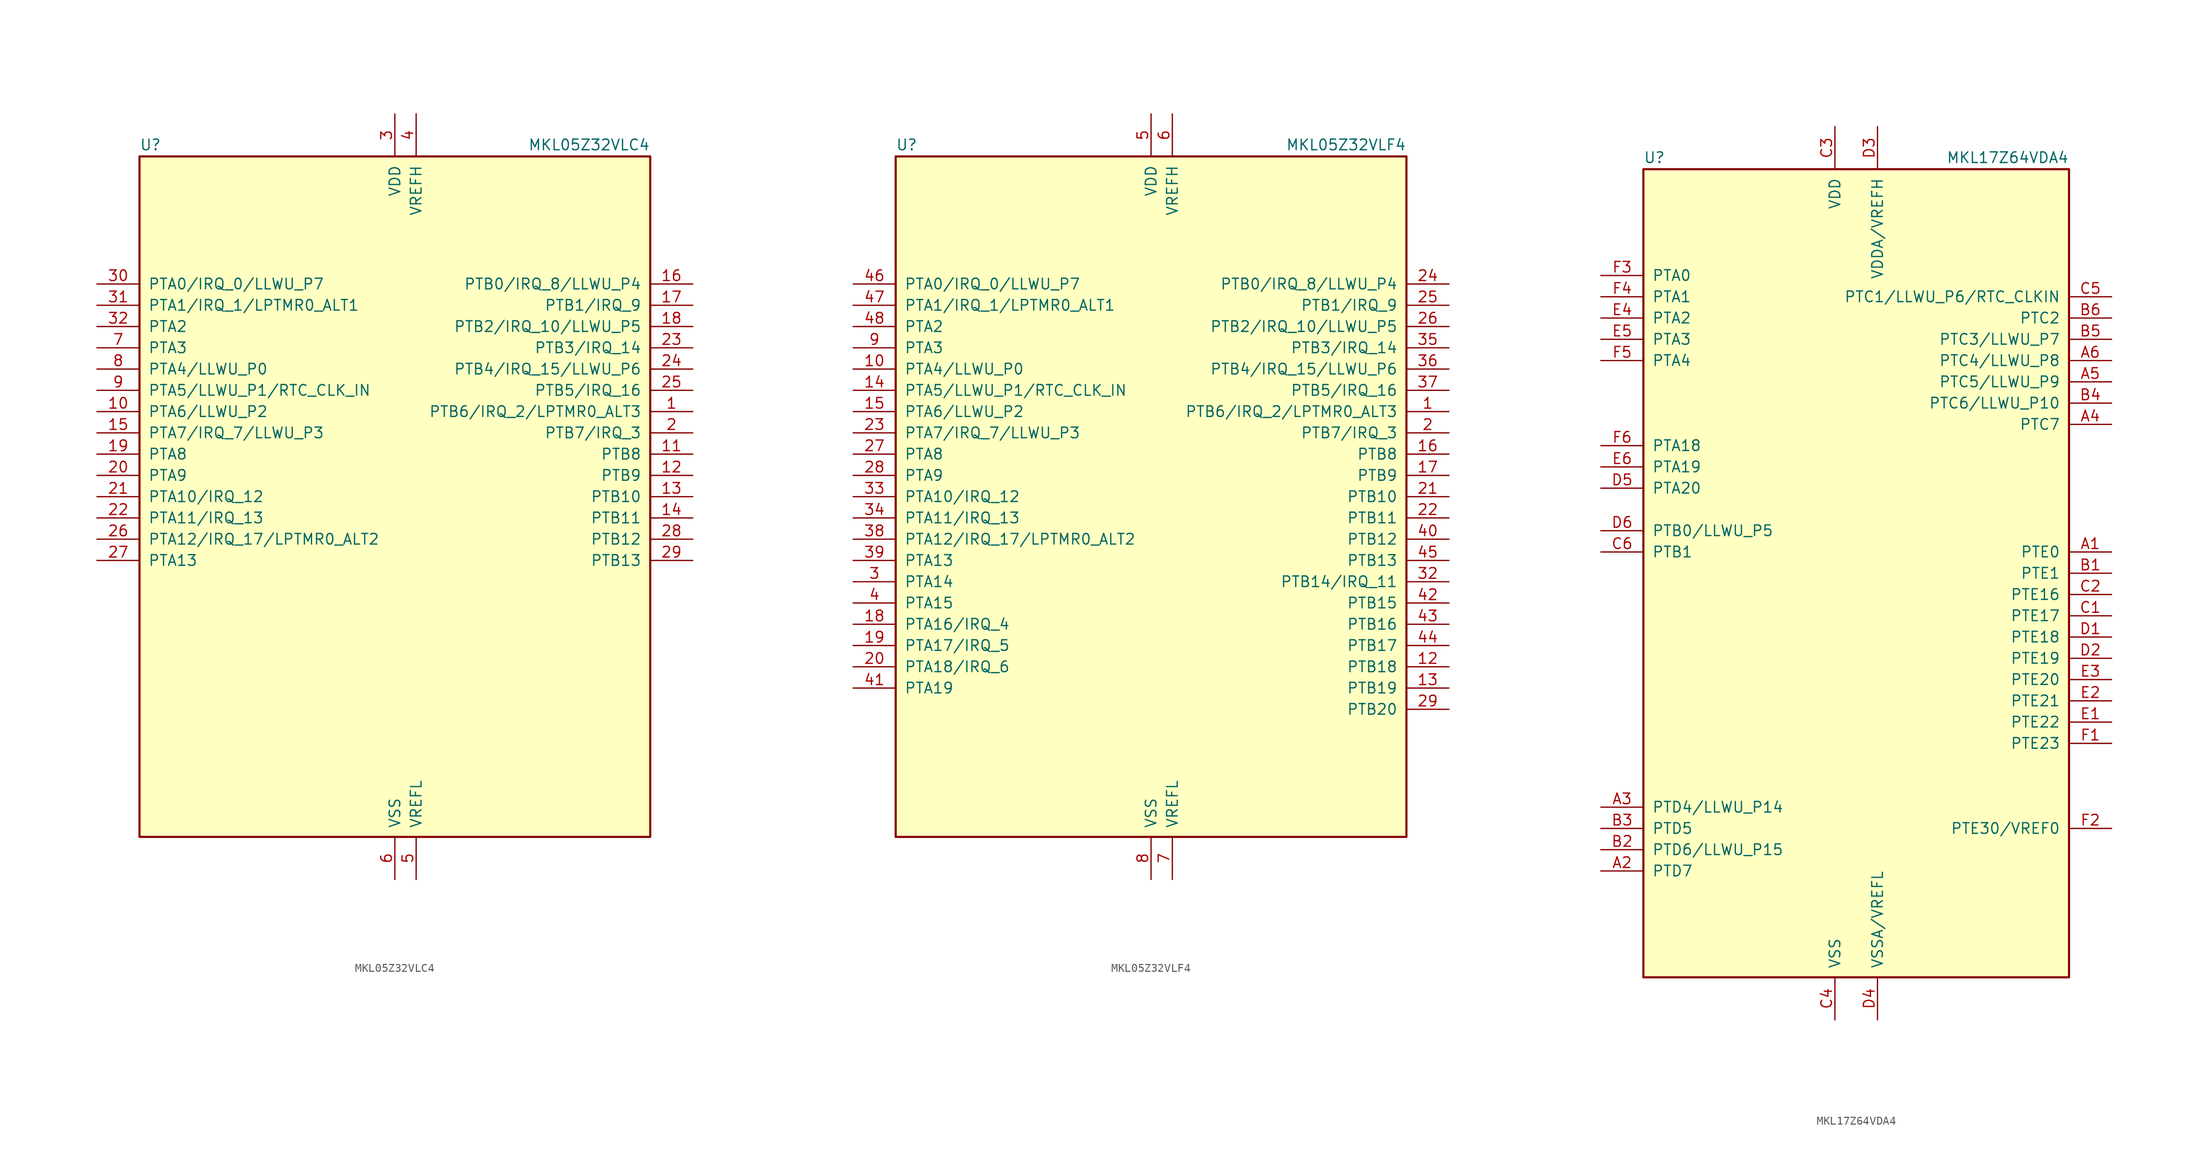
<source format=kicad_sym>
(kicad_symbol_lib
  (version 20241209)
  (generator "kicad_symbol_editor")
  (generator_version "9.0")
  (symbol "MKL05Z32VLC4"
    (pin_names
      (offset 1.016))
    (property "Reference" "U"
      (at -30.48 41.275 0)
      (effects (font (size 1.27 1.27)) (justify left bottom)))
    (property "Value" "MKL05Z32VLC4"
      (at 30.48 41.275 0)
      (effects (font (size 1.27 1.27)) (justify right bottom)))
    (symbol "MKL05Z32VLC4_0_1"
      (rectangle (start -30.48 40.64) (end 30.48 -40.64) (stroke (width 0.254) (type default)) (fill (type background))))
    (symbol "MKL05Z32VLC4_1_1"
      (pin bidirectional line (at -35.56 25.4 0) (length 5.08) (name "PTA0/IRQ_0/LLWU_P7" (effects (font (size 1.27 1.27)))) (number "30" (effects (font (size 1.27 1.27)))))
      (pin bidirectional line (at -35.56 22.86 0) (length 5.08) (name "PTA1/IRQ_1/LPTMR0_ALT1" (effects (font (size 1.27 1.27)))) (number "31" (effects (font (size 1.27 1.27)))))
      (pin bidirectional line (at -35.56 20.32 0) (length 5.08) (name "PTA2" (effects (font (size 1.27 1.27)))) (number "32" (effects (font (size 1.27 1.27)))))
      (pin bidirectional line (at -35.56 17.78 0) (length 5.08) (name "PTA3" (effects (font (size 1.27 1.27)))) (number "7" (effects (font (size 1.27 1.27)))))
      (pin bidirectional line (at -35.56 15.24 0) (length 5.08) (name "PTA4/LLWU_P0" (effects (font (size 1.27 1.27)))) (number "8" (effects (font (size 1.27 1.27)))))
      (pin bidirectional line (at -35.56 12.7 0) (length 5.08) (name "PTA5/LLWU_P1/RTC_CLK_IN" (effects (font (size 1.27 1.27)))) (number "9" (effects (font (size 1.27 1.27)))))
      (pin bidirectional line (at -35.56 10.16 0) (length 5.08) (name "PTA6/LLWU_P2" (effects (font (size 1.27 1.27)))) (number "10" (effects (font (size 1.27 1.27)))))
      (pin bidirectional line (at -35.56 7.62 0) (length 5.08) (name "PTA7/IRQ_7/LLWU_P3" (effects (font (size 1.27 1.27)))) (number "15" (effects (font (size 1.27 1.27)))))
      (pin bidirectional line (at -35.56 5.08 0) (length 5.08) (name "PTA8" (effects (font (size 1.27 1.27)))) (number "19" (effects (font (size 1.27 1.27)))))
      (pin bidirectional line (at -35.56 2.54 0) (length 5.08) (name "PTA9" (effects (font (size 1.27 1.27)))) (number "20" (effects (font (size 1.27 1.27)))))
      (pin bidirectional line (at -35.56 0 0) (length 5.08) (name "PTA10/IRQ_12" (effects (font (size 1.27 1.27)))) (number "21" (effects (font (size 1.27 1.27)))))
      (pin bidirectional line (at -35.56 -2.54 0) (length 5.08) (name "PTA11/IRQ_13" (effects (font (size 1.27 1.27)))) (number "22" (effects (font (size 1.27 1.27)))))
      (pin bidirectional line (at -35.56 -5.08 0) (length 5.08) (name "PTA12/IRQ_17/LPTMR0_ALT2" (effects (font (size 1.27 1.27)))) (number "26" (effects (font (size 1.27 1.27)))))
      (pin bidirectional line (at -35.56 -7.62 0) (length 5.08) (name "PTA13" (effects (font (size 1.27 1.27)))) (number "27" (effects (font (size 1.27 1.27)))))
      (pin power_in line (at 0 45.72 270) (length 5.08) (name "VDD" (effects (font (size 1.27 1.27)))) (number "3" (effects (font (size 1.27 1.27)))))
      (pin power_in line (at 0 -45.72 90) (length 5.08) (name "VSS" (effects (font (size 1.27 1.27)))) (number "6" (effects (font (size 1.27 1.27)))))
      (pin power_in line (at 2.54 45.72 270) (length 5.08) (name "VREFH" (effects (font (size 1.27 1.27)))) (number "4" (effects (font (size 1.27 1.27)))))
      (pin power_in line (at 2.54 -45.72 90) (length 5.08) (name "VREFL" (effects (font (size 1.27 1.27)))) (number "5" (effects (font (size 1.27 1.27)))))
      (pin bidirectional line (at 35.56 25.4 180) (length 5.08) (name "PTB0/IRQ_8/LLWU_P4" (effects (font (size 1.27 1.27)))) (number "16" (effects (font (size 1.27 1.27)))))
      (pin bidirectional line (at 35.56 22.86 180) (length 5.08) (name "PTB1/IRQ_9" (effects (font (size 1.27 1.27)))) (number "17" (effects (font (size 1.27 1.27)))))
      (pin bidirectional line (at 35.56 20.32 180) (length 5.08) (name "PTB2/IRQ_10/LLWU_P5" (effects (font (size 1.27 1.27)))) (number "18" (effects (font (size 1.27 1.27)))))
      (pin bidirectional line (at 35.56 17.78 180) (length 5.08) (name "PTB3/IRQ_14" (effects (font (size 1.27 1.27)))) (number "23" (effects (font (size 1.27 1.27)))))
      (pin bidirectional line (at 35.56 15.24 180) (length 5.08) (name "PTB4/IRQ_15/LLWU_P6" (effects (font (size 1.27 1.27)))) (number "24" (effects (font (size 1.27 1.27)))))
      (pin bidirectional line (at 35.56 12.7 180) (length 5.08) (name "PTB5/IRQ_16" (effects (font (size 1.27 1.27)))) (number "25" (effects (font (size 1.27 1.27)))))
      (pin bidirectional line (at 35.56 10.16 180) (length 5.08) (name "PTB6/IRQ_2/LPTMR0_ALT3" (effects (font (size 1.27 1.27)))) (number "1" (effects (font (size 1.27 1.27)))))
      (pin bidirectional line (at 35.56 7.62 180) (length 5.08) (name "PTB7/IRQ_3" (effects (font (size 1.27 1.27)))) (number "2" (effects (font (size 1.27 1.27)))))
      (pin bidirectional line (at 35.56 5.08 180) (length 5.08) (name "PTB8" (effects (font (size 1.27 1.27)))) (number "11" (effects (font (size 1.27 1.27)))))
      (pin bidirectional line (at 35.56 2.54 180) (length 5.08) (name "PTB9" (effects (font (size 1.27 1.27)))) (number "12" (effects (font (size 1.27 1.27)))))
      (pin bidirectional line (at 35.56 0 180) (length 5.08) (name "PTB10" (effects (font (size 1.27 1.27)))) (number "13" (effects (font (size 1.27 1.27)))))
      (pin bidirectional line (at 35.56 -2.54 180) (length 5.08) (name "PTB11" (effects (font (size 1.27 1.27)))) (number "14" (effects (font (size 1.27 1.27)))))
      (pin bidirectional line (at 35.56 -5.08 180) (length 5.08) (name "PTB12" (effects (font (size 1.27 1.27)))) (number "28" (effects (font (size 1.27 1.27)))))
      (pin bidirectional line (at 35.56 -7.62 180) (length 5.08) (name "PTB13" (effects (font (size 1.27 1.27)))) (number "29" (effects (font (size 1.27 1.27)))))))
  (symbol "MKL05Z32VLF4"
    (pin_names
      (offset 1.016))
    (property "Reference" "U"
      (at -30.48 41.275 0)
      (effects (font (size 1.27 1.27)) (justify left bottom)))
    (property "Value" "MKL05Z32VLF4"
      (at 30.48 41.275 0)
      (effects (font (size 1.27 1.27)) (justify right bottom)))
    (symbol "MKL05Z32VLF4_0_1"
      (rectangle (start -30.48 40.64) (end 30.48 -40.64) (stroke (width 0.254) (type default)) (fill (type background))))
    (symbol "MKL05Z32VLF4_1_1"
      (pin bidirectional line (at -35.56 25.4 0) (length 5.08) (name "PTA0/IRQ_0/LLWU_P7" (effects (font (size 1.27 1.27)))) (number "46" (effects (font (size 1.27 1.27)))))
      (pin bidirectional line (at -35.56 22.86 0) (length 5.08) (name "PTA1/IRQ_1/LPTMR0_ALT1" (effects (font (size 1.27 1.27)))) (number "47" (effects (font (size 1.27 1.27)))))
      (pin bidirectional line (at -35.56 20.32 0) (length 5.08) (name "PTA2" (effects (font (size 1.27 1.27)))) (number "48" (effects (font (size 1.27 1.27)))))
      (pin bidirectional line (at -35.56 17.78 0) (length 5.08) (name "PTA3" (effects (font (size 1.27 1.27)))) (number "9" (effects (font (size 1.27 1.27)))))
      (pin bidirectional line (at -35.56 15.24 0) (length 5.08) (name "PTA4/LLWU_P0" (effects (font (size 1.27 1.27)))) (number "10" (effects (font (size 1.27 1.27)))))
      (pin bidirectional line (at -35.56 12.7 0) (length 5.08) (name "PTA5/LLWU_P1/RTC_CLK_IN" (effects (font (size 1.27 1.27)))) (number "14" (effects (font (size 1.27 1.27)))))
      (pin bidirectional line (at -35.56 10.16 0) (length 5.08) (name "PTA6/LLWU_P2" (effects (font (size 1.27 1.27)))) (number "15" (effects (font (size 1.27 1.27)))))
      (pin bidirectional line (at -35.56 7.62 0) (length 5.08) (name "PTA7/IRQ_7/LLWU_P3" (effects (font (size 1.27 1.27)))) (number "23" (effects (font (size 1.27 1.27)))))
      (pin bidirectional line (at -35.56 5.08 0) (length 5.08) (name "PTA8" (effects (font (size 1.27 1.27)))) (number "27" (effects (font (size 1.27 1.27)))))
      (pin bidirectional line (at -35.56 2.54 0) (length 5.08) (name "PTA9" (effects (font (size 1.27 1.27)))) (number "28" (effects (font (size 1.27 1.27)))))
      (pin bidirectional line (at -35.56 0 0) (length 5.08) (name "PTA10/IRQ_12" (effects (font (size 1.27 1.27)))) (number "33" (effects (font (size 1.27 1.27)))))
      (pin bidirectional line (at -35.56 -2.54 0) (length 5.08) (name "PTA11/IRQ_13" (effects (font (size 1.27 1.27)))) (number "34" (effects (font (size 1.27 1.27)))))
      (pin bidirectional line (at -35.56 -5.08 0) (length 5.08) (name "PTA12/IRQ_17/LPTMR0_ALT2" (effects (font (size 1.27 1.27)))) (number "38" (effects (font (size 1.27 1.27)))))
      (pin bidirectional line (at -35.56 -7.62 0) (length 5.08) (name "PTA13" (effects (font (size 1.27 1.27)))) (number "39" (effects (font (size 1.27 1.27)))))
      (pin bidirectional line (at -35.56 -10.16 0) (length 5.08) (name "PTA14" (effects (font (size 1.27 1.27)))) (number "3" (effects (font (size 1.27 1.27)))))
      (pin bidirectional line (at -35.56 -12.7 0) (length 5.08) (name "PTA15" (effects (font (size 1.27 1.27)))) (number "4" (effects (font (size 1.27 1.27)))))
      (pin bidirectional line (at -35.56 -15.24 0) (length 5.08) (name "PTA16/IRQ_4" (effects (font (size 1.27 1.27)))) (number "18" (effects (font (size 1.27 1.27)))))
      (pin bidirectional line (at -35.56 -17.78 0) (length 5.08) (name "PTA17/IRQ_5" (effects (font (size 1.27 1.27)))) (number "19" (effects (font (size 1.27 1.27)))))
      (pin bidirectional line (at -35.56 -20.32 0) (length 5.08) (name "PTA18/IRQ_6" (effects (font (size 1.27 1.27)))) (number "20" (effects (font (size 1.27 1.27)))))
      (pin bidirectional line (at -35.56 -22.86 0) (length 5.08) (name "PTA19" (effects (font (size 1.27 1.27)))) (number "41" (effects (font (size 1.27 1.27)))))
      (pin passive line (at 0 45.72 270) (length 5.08) (hide yes) (name "VDD" (effects (font (size 1.27 1.27)))) (number "31" (effects (font (size 1.27 1.27)))))
      (pin power_in line (at 0 45.72 270) (length 5.08) (name "VDD" (effects (font (size 1.27 1.27)))) (number "5" (effects (font (size 1.27 1.27)))))
      (pin passive line (at 0 -45.72 90) (length 5.08) (hide yes) (name "VSS" (effects (font (size 1.27 1.27)))) (number "11" (effects (font (size 1.27 1.27)))))
      (pin passive line (at 0 -45.72 90) (length 5.08) (hide yes) (name "VSS" (effects (font (size 1.27 1.27)))) (number "30" (effects (font (size 1.27 1.27)))))
      (pin power_in line (at 0 -45.72 90) (length 5.08) (name "VSS" (effects (font (size 1.27 1.27)))) (number "8" (effects (font (size 1.27 1.27)))))
      (pin power_in line (at 2.54 45.72 270) (length 5.08) (name "VREFH" (effects (font (size 1.27 1.27)))) (number "6" (effects (font (size 1.27 1.27)))))
      (pin power_in line (at 2.54 -45.72 90) (length 5.08) (name "VREFL" (effects (font (size 1.27 1.27)))) (number "7" (effects (font (size 1.27 1.27)))))
      (pin bidirectional line (at 35.56 25.4 180) (length 5.08) (name "PTB0/IRQ_8/LLWU_P4" (effects (font (size 1.27 1.27)))) (number "24" (effects (font (size 1.27 1.27)))))
      (pin bidirectional line (at 35.56 22.86 180) (length 5.08) (name "PTB1/IRQ_9" (effects (font (size 1.27 1.27)))) (number "25" (effects (font (size 1.27 1.27)))))
      (pin bidirectional line (at 35.56 20.32 180) (length 5.08) (name "PTB2/IRQ_10/LLWU_P5" (effects (font (size 1.27 1.27)))) (number "26" (effects (font (size 1.27 1.27)))))
      (pin bidirectional line (at 35.56 17.78 180) (length 5.08) (name "PTB3/IRQ_14" (effects (font (size 1.27 1.27)))) (number "35" (effects (font (size 1.27 1.27)))))
      (pin bidirectional line (at 35.56 15.24 180) (length 5.08) (name "PTB4/IRQ_15/LLWU_P6" (effects (font (size 1.27 1.27)))) (number "36" (effects (font (size 1.27 1.27)))))
      (pin bidirectional line (at 35.56 12.7 180) (length 5.08) (name "PTB5/IRQ_16" (effects (font (size 1.27 1.27)))) (number "37" (effects (font (size 1.27 1.27)))))
      (pin bidirectional line (at 35.56 10.16 180) (length 5.08) (name "PTB6/IRQ_2/LPTMR0_ALT3" (effects (font (size 1.27 1.27)))) (number "1" (effects (font (size 1.27 1.27)))))
      (pin bidirectional line (at 35.56 7.62 180) (length 5.08) (name "PTB7/IRQ_3" (effects (font (size 1.27 1.27)))) (number "2" (effects (font (size 1.27 1.27)))))
      (pin bidirectional line (at 35.56 5.08 180) (length 5.08) (name "PTB8" (effects (font (size 1.27 1.27)))) (number "16" (effects (font (size 1.27 1.27)))))
      (pin bidirectional line (at 35.56 2.54 180) (length 5.08) (name "PTB9" (effects (font (size 1.27 1.27)))) (number "17" (effects (font (size 1.27 1.27)))))
      (pin bidirectional line (at 35.56 0 180) (length 5.08) (name "PTB10" (effects (font (size 1.27 1.27)))) (number "21" (effects (font (size 1.27 1.27)))))
      (pin bidirectional line (at 35.56 -2.54 180) (length 5.08) (name "PTB11" (effects (font (size 1.27 1.27)))) (number "22" (effects (font (size 1.27 1.27)))))
      (pin bidirectional line (at 35.56 -5.08 180) (length 5.08) (name "PTB12" (effects (font (size 1.27 1.27)))) (number "40" (effects (font (size 1.27 1.27)))))
      (pin bidirectional line (at 35.56 -7.62 180) (length 5.08) (name "PTB13" (effects (font (size 1.27 1.27)))) (number "45" (effects (font (size 1.27 1.27)))))
      (pin bidirectional line (at 35.56 -10.16 180) (length 5.08) (name "PTB14/IRQ_11" (effects (font (size 1.27 1.27)))) (number "32" (effects (font (size 1.27 1.27)))))
      (pin bidirectional line (at 35.56 -12.7 180) (length 5.08) (name "PTB15" (effects (font (size 1.27 1.27)))) (number "42" (effects (font (size 1.27 1.27)))))
      (pin bidirectional line (at 35.56 -15.24 180) (length 5.08) (name "PTB16" (effects (font (size 1.27 1.27)))) (number "43" (effects (font (size 1.27 1.27)))))
      (pin bidirectional line (at 35.56 -17.78 180) (length 5.08) (name "PTB17" (effects (font (size 1.27 1.27)))) (number "44" (effects (font (size 1.27 1.27)))))
      (pin bidirectional line (at 35.56 -20.32 180) (length 5.08) (name "PTB18" (effects (font (size 1.27 1.27)))) (number "12" (effects (font (size 1.27 1.27)))))
      (pin bidirectional line (at 35.56 -22.86 180) (length 5.08) (name "PTB19" (effects (font (size 1.27 1.27)))) (number "13" (effects (font (size 1.27 1.27)))))
      (pin bidirectional line (at 35.56 -25.4 180) (length 5.08) (name "PTB20" (effects (font (size 1.27 1.27)))) (number "29" (effects (font (size 1.27 1.27)))))))
  (symbol "MKL17Z64VDA4"
    (pin_names
      (offset 1.016))
    (property "Reference" "U"
      (at -25.4 48.895 0)
      (effects (font (size 1.27 1.27)) (justify left bottom)))
    (property "Value" "MKL17Z64VDA4"
      (at 25.4 48.895 0)
      (effects (font (size 1.27 1.27)) (justify right bottom)))
    (symbol "MKL17Z64VDA4_0_1"
      (rectangle (start -25.4 48.26) (end 25.4 -48.26) (stroke (width 0.254) (type default)) (fill (type background))))
    (symbol "MKL17Z64VDA4_1_1"
      (pin bidirectional line (at -30.48 35.56 0) (length 5.08) (name "PTA0" (effects (font (size 1.27 1.27)))) (number "F3" (effects (font (size 1.27 1.27)))))
      (pin bidirectional line (at -30.48 33.02 0) (length 5.08) (name "PTA1" (effects (font (size 1.27 1.27)))) (number "F4" (effects (font (size 1.27 1.27)))))
      (pin bidirectional line (at -30.48 30.48 0) (length 5.08) (name "PTA2" (effects (font (size 1.27 1.27)))) (number "E4" (effects (font (size 1.27 1.27)))))
      (pin bidirectional line (at -30.48 27.94 0) (length 5.08) (name "PTA3" (effects (font (size 1.27 1.27)))) (number "E5" (effects (font (size 1.27 1.27)))))
      (pin bidirectional line (at -30.48 25.4 0) (length 5.08) (name "PTA4" (effects (font (size 1.27 1.27)))) (number "F5" (effects (font (size 1.27 1.27)))))
      (pin bidirectional line (at -30.48 15.24 0) (length 5.08) (name "PTA18" (effects (font (size 1.27 1.27)))) (number "F6" (effects (font (size 1.27 1.27)))))
      (pin bidirectional line (at -30.48 12.7 0) (length 5.08) (name "PTA19" (effects (font (size 1.27 1.27)))) (number "E6" (effects (font (size 1.27 1.27)))))
      (pin bidirectional line (at -30.48 10.16 0) (length 5.08) (name "PTA20" (effects (font (size 1.27 1.27)))) (number "D5" (effects (font (size 1.27 1.27)))))
      (pin bidirectional line (at -30.48 5.08 0) (length 5.08) (name "PTB0/LLWU_P5" (effects (font (size 1.27 1.27)))) (number "D6" (effects (font (size 1.27 1.27)))))
      (pin bidirectional line (at -30.48 2.54 0) (length 5.08) (name "PTB1" (effects (font (size 1.27 1.27)))) (number "C6" (effects (font (size 1.27 1.27)))))
      (pin bidirectional line (at -30.48 -27.94 0) (length 5.08) (name "PTD4/LLWU_P14" (effects (font (size 1.27 1.27)))) (number "A3" (effects (font (size 1.27 1.27)))))
      (pin bidirectional line (at -30.48 -30.48 0) (length 5.08) (name "PTD5" (effects (font (size 1.27 1.27)))) (number "B3" (effects (font (size 1.27 1.27)))))
      (pin bidirectional line (at -30.48 -33.02 0) (length 5.08) (name "PTD6/LLWU_P15" (effects (font (size 1.27 1.27)))) (number "B2" (effects (font (size 1.27 1.27)))))
      (pin bidirectional line (at -30.48 -35.56 0) (length 5.08) (name "PTD7" (effects (font (size 1.27 1.27)))) (number "A2" (effects (font (size 1.27 1.27)))))
      (pin power_in line (at -2.54 53.34 270) (length 5.08) (name "VDD" (effects (font (size 1.27 1.27)))) (number "C3" (effects (font (size 1.27 1.27)))))
      (pin power_in line (at -2.54 -53.34 90) (length 5.08) (name "VSS" (effects (font (size 1.27 1.27)))) (number "C4" (effects (font (size 1.27 1.27)))))
      (pin power_in line (at 2.54 53.34 270) (length 5.08) (name "VDDA/VREFH" (effects (font (size 1.27 1.27)))) (number "D3" (effects (font (size 1.27 1.27)))))
      (pin power_in line (at 2.54 -53.34 90) (length 5.08) (name "VSSA/VREFL" (effects (font (size 1.27 1.27)))) (number "D4" (effects (font (size 1.27 1.27)))))
      (pin bidirectional line (at 30.48 33.02 180) (length 5.08) (name "PTC1/LLWU_P6/RTC_CLKIN" (effects (font (size 1.27 1.27)))) (number "C5" (effects (font (size 1.27 1.27)))))
      (pin bidirectional line (at 30.48 30.48 180) (length 5.08) (name "PTC2" (effects (font (size 1.27 1.27)))) (number "B6" (effects (font (size 1.27 1.27)))))
      (pin bidirectional line (at 30.48 27.94 180) (length 5.08) (name "PTC3/LLWU_P7" (effects (font (size 1.27 1.27)))) (number "B5" (effects (font (size 1.27 1.27)))))
      (pin bidirectional line (at 30.48 25.4 180) (length 5.08) (name "PTC4/LLWU_P8" (effects (font (size 1.27 1.27)))) (number "A6" (effects (font (size 1.27 1.27)))))
      (pin bidirectional line (at 30.48 22.86 180) (length 5.08) (name "PTC5/LLWU_P9" (effects (font (size 1.27 1.27)))) (number "A5" (effects (font (size 1.27 1.27)))))
      (pin bidirectional line (at 30.48 20.32 180) (length 5.08) (name "PTC6/LLWU_P10" (effects (font (size 1.27 1.27)))) (number "B4" (effects (font (size 1.27 1.27)))))
      (pin bidirectional line (at 30.48 17.78 180) (length 5.08) (name "PTC7" (effects (font (size 1.27 1.27)))) (number "A4" (effects (font (size 1.27 1.27)))))
      (pin bidirectional line (at 30.48 2.54 180) (length 5.08) (name "PTE0" (effects (font (size 1.27 1.27)))) (number "A1" (effects (font (size 1.27 1.27)))))
      (pin bidirectional line (at 30.48 0 180) (length 5.08) (name "PTE1" (effects (font (size 1.27 1.27)))) (number "B1" (effects (font (size 1.27 1.27)))))
      (pin bidirectional line (at 30.48 -2.54 180) (length 5.08) (name "PTE16" (effects (font (size 1.27 1.27)))) (number "C2" (effects (font (size 1.27 1.27)))))
      (pin bidirectional line (at 30.48 -5.08 180) (length 5.08) (name "PTE17" (effects (font (size 1.27 1.27)))) (number "C1" (effects (font (size 1.27 1.27)))))
      (pin bidirectional line (at 30.48 -7.62 180) (length 5.08) (name "PTE18" (effects (font (size 1.27 1.27)))) (number "D1" (effects (font (size 1.27 1.27)))))
      (pin bidirectional line (at 30.48 -10.16 180) (length 5.08) (name "PTE19" (effects (font (size 1.27 1.27)))) (number "D2" (effects (font (size 1.27 1.27)))))
      (pin bidirectional line (at 30.48 -12.7 180) (length 5.08) (name "PTE20" (effects (font (size 1.27 1.27)))) (number "E3" (effects (font (size 1.27 1.27)))))
      (pin bidirectional line (at 30.48 -15.24 180) (length 5.08) (name "PTE21" (effects (font (size 1.27 1.27)))) (number "E2" (effects (font (size 1.27 1.27)))))
      (pin bidirectional line (at 30.48 -17.78 180) (length 5.08) (name "PTE22" (effects (font (size 1.27 1.27)))) (number "E1" (effects (font (size 1.27 1.27)))))
      (pin bidirectional line (at 30.48 -20.32 180) (length 5.08) (name "PTE23" (effects (font (size 1.27 1.27)))) (number "F1" (effects (font (size 1.27 1.27)))))
      (pin bidirectional line (at 30.48 -30.48 180) (length 5.08) (name "PTE30/VREF0" (effects (font (size 1.27 1.27)))) (number "F2" (effects (font (size 1.27 1.27))))))))
</source>
